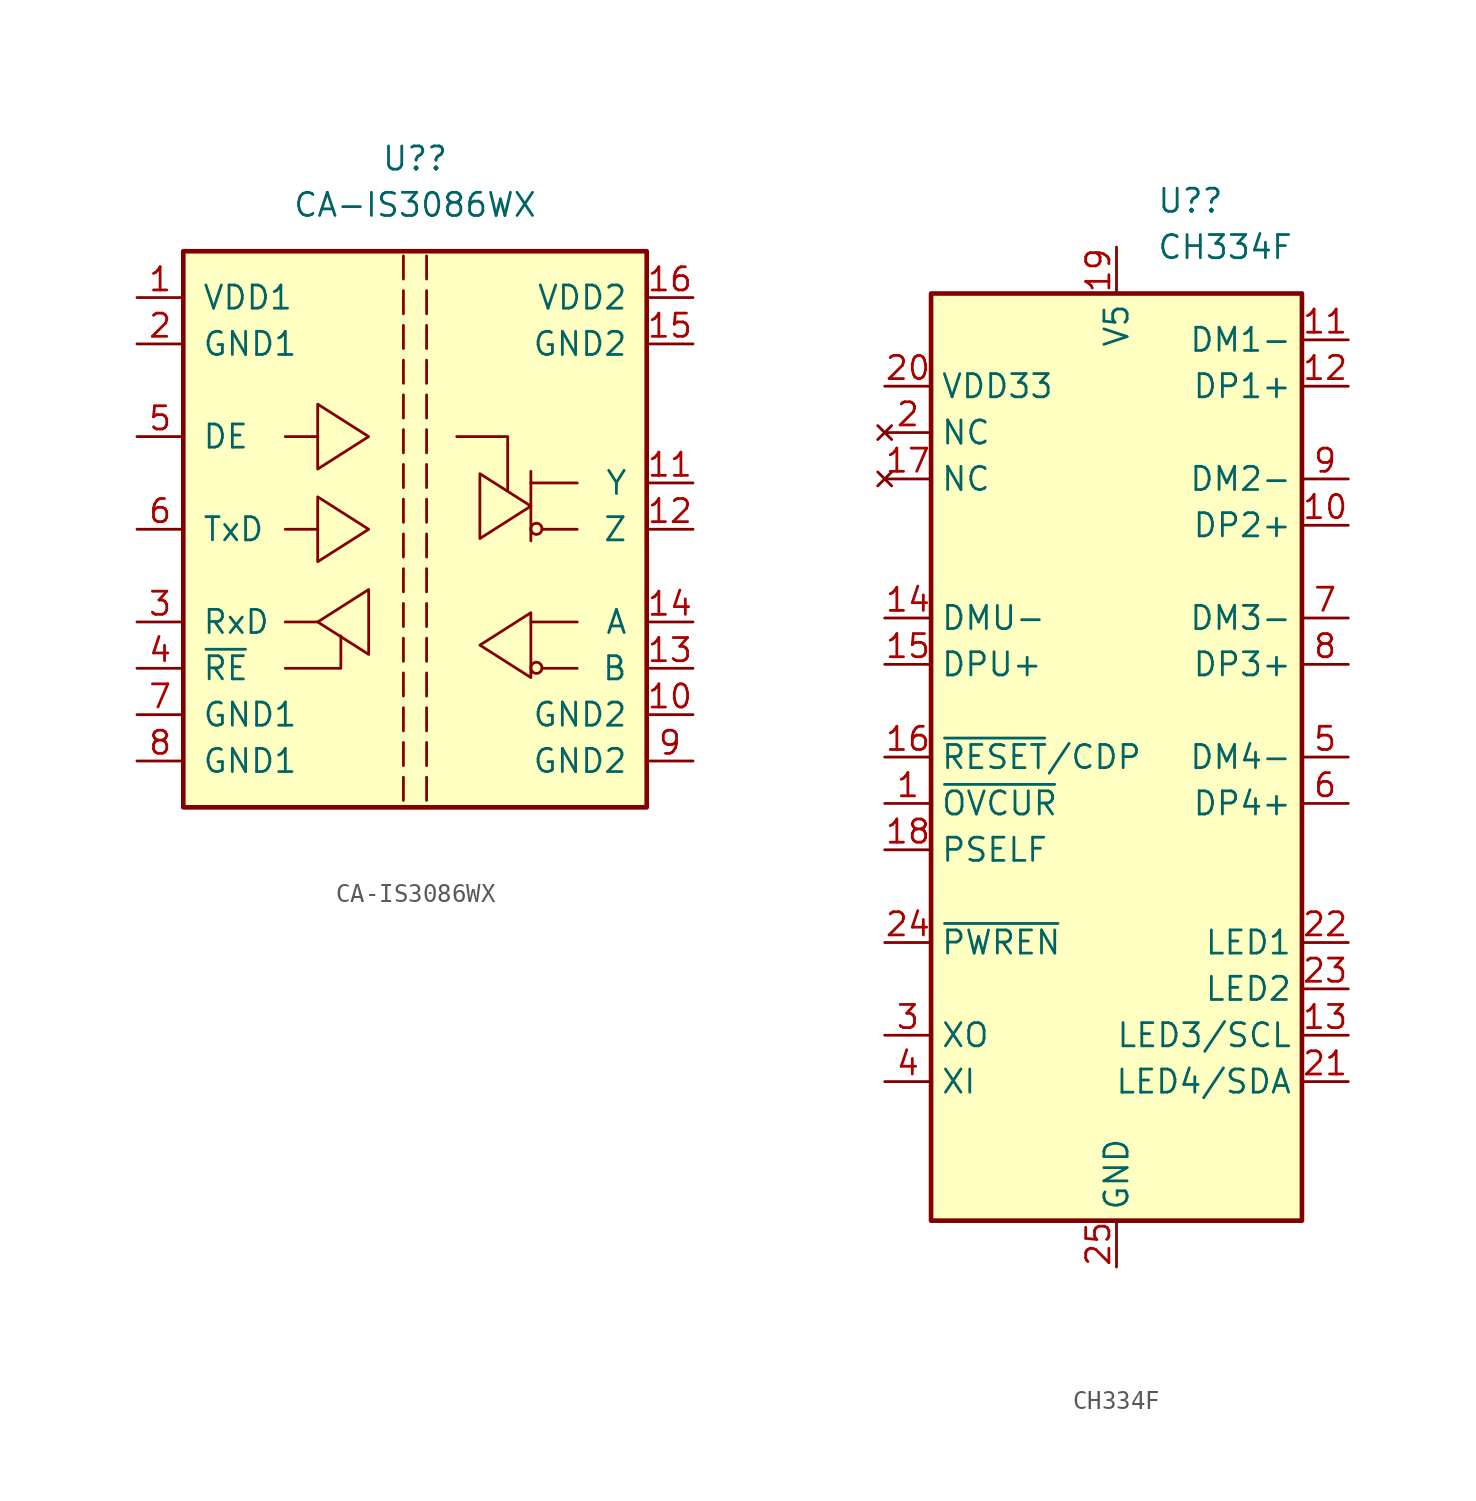
<source format=kicad_sym>
(kicad_symbol_lib
  (version 20231120)
  (generator "kicad_symbol_editor")
  (generator_version "8.0")
  (symbol "CA-IS3086WX"
    (pin_names
      (offset 1.016))
    (property "Reference" "U?"
      (at 0 20.32 0)
      (effects (font (size 1.27 1.27))))
    (property "Value" "CA-IS3086WX"
      (at 0 17.78 0)
      (effects (font (size 1.27 1.27))))
    (symbol "CA-IS3086WX_0_0"
      (polyline (pts (xy -0.635 -13.589) (xy -0.635 -14.859)) (stroke (width 0) (type default)) (fill (type none)))
      (polyline (pts (xy -0.635 -11.684) (xy -0.635 -12.954)) (stroke (width 0) (type default)) (fill (type none)))
      (polyline (pts (xy -0.635 -9.779) (xy -0.635 -11.049)) (stroke (width 0) (type default)) (fill (type none)))
      (polyline (pts (xy -0.635 -7.874) (xy -0.635 -9.144)) (stroke (width 0) (type default)) (fill (type none)))
      (polyline (pts (xy -0.635 -5.969) (xy -0.635 -7.239)) (stroke (width 0) (type default)) (fill (type none)))
      (polyline (pts (xy -0.635 -4.064) (xy -0.635 -5.334)) (stroke (width 0) (type default)) (fill (type none)))
      (polyline (pts (xy -0.635 -2.159) (xy -0.635 -3.429)) (stroke (width 0) (type default)) (fill (type none)))
      (polyline (pts (xy -0.635 -0.254) (xy -0.635 -1.524)) (stroke (width 0) (type default)) (fill (type none)))
      (polyline (pts (xy -0.635 1.651) (xy -0.635 0.381)) (stroke (width 0) (type default)) (fill (type none)))
      (polyline (pts (xy -0.635 3.556) (xy -0.635 2.286)) (stroke (width 0) (type default)) (fill (type none)))
      (polyline (pts (xy -0.635 5.461) (xy -0.635 4.191)) (stroke (width 0) (type default)) (fill (type none)))
      (polyline (pts (xy -0.635 7.366) (xy -0.635 6.096)) (stroke (width 0) (type default)) (fill (type none)))
      (polyline (pts (xy -0.635 9.271) (xy -0.635 8.001)) (stroke (width 0) (type default)) (fill (type none)))
      (polyline (pts (xy -0.635 11.176) (xy -0.635 9.906)) (stroke (width 0) (type default)) (fill (type none)))
      (polyline (pts (xy -0.635 13.081) (xy -0.635 11.811)) (stroke (width 0) (type default)) (fill (type none)))
      (polyline (pts (xy -0.635 14.986) (xy -0.635 13.716)) (stroke (width 0) (type default)) (fill (type none)))
      (polyline (pts (xy 0.635 -13.589) (xy 0.635 -14.859)) (stroke (width 0) (type default)) (fill (type none)))
      (polyline (pts (xy 0.635 -11.684) (xy 0.635 -12.954)) (stroke (width 0) (type default)) (fill (type none)))
      (polyline (pts (xy 0.635 -9.779) (xy 0.635 -11.049)) (stroke (width 0) (type default)) (fill (type none)))
      (polyline (pts (xy 0.635 -7.874) (xy 0.635 -9.144)) (stroke (width 0) (type default)) (fill (type none)))
      (polyline (pts (xy 0.635 -5.969) (xy 0.635 -7.239)) (stroke (width 0) (type default)) (fill (type none)))
      (polyline (pts (xy 0.635 -4.064) (xy 0.635 -5.334)) (stroke (width 0) (type default)) (fill (type none)))
      (polyline (pts (xy 0.635 -2.159) (xy 0.635 -3.429)) (stroke (width 0) (type default)) (fill (type none)))
      (polyline (pts (xy 0.635 -0.254) (xy 0.635 -1.524)) (stroke (width 0) (type default)) (fill (type none)))
      (polyline (pts (xy 0.635 1.651) (xy 0.635 0.381)) (stroke (width 0) (type default)) (fill (type none)))
      (polyline (pts (xy 0.635 3.556) (xy 0.635 2.286)) (stroke (width 0) (type default)) (fill (type none)))
      (polyline (pts (xy 0.635 5.461) (xy 0.635 4.191)) (stroke (width 0) (type default)) (fill (type none)))
      (polyline (pts (xy 0.635 7.366) (xy 0.635 6.096)) (stroke (width 0) (type default)) (fill (type none)))
      (polyline (pts (xy 0.635 9.271) (xy 0.635 8.001)) (stroke (width 0) (type default)) (fill (type none)))
      (polyline (pts (xy 0.635 11.176) (xy 0.635 9.906)) (stroke (width 0) (type default)) (fill (type none)))
      (polyline (pts (xy 0.635 13.081) (xy 0.635 11.811)) (stroke (width 0) (type default)) (fill (type none)))
      (polyline (pts (xy 0.635 14.986) (xy 0.635 13.716)) (stroke (width 0) (type default)) (fill (type none))))
    (symbol "CA-IS3086WX_0_1"
      (rectangle (start -12.7 15.24) (end 12.7 -15.24) (stroke (width 0.254) (type default)) (fill (type background)))
      (polyline (pts (xy -5.334 -5.08) (xy -7.112 -5.08)) (stroke (width 0) (type default)) (fill (type none)))
      (polyline (pts (xy -5.334 0) (xy -7.112 0)) (stroke (width 0) (type default)) (fill (type none)))
      (polyline (pts (xy -5.334 5.08) (xy -7.112 5.08)) (stroke (width 0) (type default)) (fill (type none)))
      (polyline (pts (xy 6.35 -5.08) (xy 8.89 -5.08)) (stroke (width 0) (type default)) (fill (type none)))
      (polyline (pts (xy 6.35 2.54) (xy 8.89 2.54)) (stroke (width 0) (type default)) (fill (type none)))
      (polyline (pts (xy 6.35 3.175) (xy 6.35 -0.635)) (stroke (width 0) (type default)) (fill (type none)))
      (polyline (pts (xy 6.96 -7.62) (xy 8.89 -7.62)) (stroke (width 0) (type default)) (fill (type none)))
      (polyline (pts (xy 6.96 0) (xy 8.89 0)) (stroke (width 0) (type default)) (fill (type none)))
      (polyline (pts (xy -7.112 -7.62) (xy -4.064 -7.62) (xy -4.064 -5.842)) (stroke (width 0) (type default)) (fill (type none)))
      (polyline (pts (xy 2.286 5.08) (xy 5.08 5.08) (xy 5.08 2.159)) (stroke (width 0) (type default)) (fill (type none)))
      (polyline (pts (xy -5.334 -5.08) (xy -2.54 -3.302) (xy -2.54 -6.858) (xy -5.334 -5.08)) (stroke (width 0) (type default)) (fill (type none)))
      (polyline (pts (xy -2.54 0) (xy -5.334 1.778) (xy -5.334 -1.778) (xy -2.54 0)) (stroke (width 0) (type default)) (fill (type none)))
      (polyline (pts (xy -2.54 5.08) (xy -5.334 6.858) (xy -5.334 3.302) (xy -2.54 5.08)) (stroke (width 0) (type default)) (fill (type none)))
      (polyline (pts (xy 3.556 -6.35) (xy 6.35 -4.572) (xy 6.35 -8.128) (xy 3.556 -6.35)) (stroke (width 0) (type default)) (fill (type none)))
      (polyline (pts (xy 6.35 1.27) (xy 3.556 3.048) (xy 3.556 -0.508) (xy 6.35 1.27)) (stroke (width 0) (type default)) (fill (type none)))
      (circle (center 6.655 -7.595) (radius 0.305) (stroke (width 0) (type default)) (fill (type none)))
      (circle (center 6.655 0.025) (radius 0.305) (stroke (width 0) (type default)) (fill (type none))))
    (symbol "CA-IS3086WX_1_1"
      (pin power_in line (at -15.24 12.7 0) (length 2.54) (name "VDD1" (effects (font (size 1.27 1.27)))) (number "1" (effects (font (size 1.27 1.27)))))
      (pin power_in line (at 15.24 -10.16 180) (length 2.54) (name "GND2" (effects (font (size 1.27 1.27)))) (number "10" (effects (font (size 1.27 1.27)))))
      (pin bidirectional line (at 15.24 2.54 180) (length 2.54) (name "Y" (effects (font (size 1.27 1.27)))) (number "11" (effects (font (size 1.27 1.27)))))
      (pin bidirectional line (at 15.24 0 180) (length 2.54) (name "Z" (effects (font (size 1.27 1.27)))) (number "12" (effects (font (size 1.27 1.27)))))
      (pin bidirectional line (at 15.24 -7.62 180) (length 2.54) (name "B" (effects (font (size 1.27 1.27)))) (number "13" (effects (font (size 1.27 1.27)))))
      (pin bidirectional line (at 15.24 -5.08 180) (length 2.54) (name "A" (effects (font (size 1.27 1.27)))) (number "14" (effects (font (size 1.27 1.27)))))
      (pin power_in line (at 15.24 10.16 180) (length 2.54) (name "GND2" (effects (font (size 1.27 1.27)))) (number "15" (effects (font (size 1.27 1.27)))))
      (pin power_in line (at 15.24 12.7 180) (length 2.54) (name "VDD2" (effects (font (size 1.27 1.27)))) (number "16" (effects (font (size 1.27 1.27)))))
      (pin power_in line (at -15.24 10.16 0) (length 2.54) (name "GND1" (effects (font (size 1.27 1.27)))) (number "2" (effects (font (size 1.27 1.27)))))
      (pin output line (at -15.24 -5.08 0) (length 2.54) (name "RxD" (effects (font (size 1.27 1.27)))) (number "3" (effects (font (size 1.27 1.27)))))
      (pin input line (at -15.24 -7.62 0) (length 2.54) (name "~{RE}" (effects (font (size 1.27 1.27)))) (number "4" (effects (font (size 1.27 1.27)))))
      (pin input line (at -15.24 5.08 0) (length 2.54) (name "DE" (effects (font (size 1.27 1.27)))) (number "5" (effects (font (size 1.27 1.27)))))
      (pin input line (at -15.24 0 0) (length 2.54) (name "TxD" (effects (font (size 1.27 1.27)))) (number "6" (effects (font (size 1.27 1.27)))))
      (pin power_in line (at -15.24 -10.16 0) (length 2.54) (name "GND1" (effects (font (size 1.27 1.27)))) (number "7" (effects (font (size 1.27 1.27)))))
      (pin power_in line (at -15.24 -12.7 0) (length 2.54) (name "GND1" (effects (font (size 1.27 1.27)))) (number "8" (effects (font (size 1.27 1.27)))))
      (pin power_in line (at 15.24 -12.7 180) (length 2.54) (name "GND2" (effects (font (size 1.27 1.27)))) (number "9" (effects (font (size 1.27 1.27)))))))
  (symbol "CH334F"
    (property "Reference" "U?"
      (at 2.194 30.48 0)
      (effects (font (size 1.27 1.27)) (justify left)))
    (property "Value" "CH334F"
      (at 2.194 27.94 0)
      (effects (font (size 1.27 1.27)) (justify left)))
    (symbol "CH334F_0_1"
      (rectangle (start -10.16 25.4) (end 10.16 -25.4) (stroke (width 0.254) (type default)) (fill (type background))))
    (symbol "CH334F_1_0"
      (pin input line (at -12.7 -2.54 0) (length 2.54) (name "~{OVCUR}" (effects (font (size 1.27 1.27)))) (number "1" (effects (font (size 1.27 1.27)))))
      (pin bidirectional line (at 12.7 -15.24 180) (length 2.54) (name "LED3/SCL" (effects (font (size 1.27 1.27)))) (number "13" (effects (font (size 1.27 1.27)))))
      (pin no_connect line (at -12.7 15.24 0) (length 2.54) (name "NC" (effects (font (size 1.27 1.27)))) (number "17" (effects (font (size 1.27 1.27)))))
      (pin input line (at -12.7 -5.08 0) (length 2.54) (name "PSELF" (effects (font (size 1.27 1.27)))) (number "18" (effects (font (size 1.27 1.27)))))
      (pin no_connect line (at -12.7 17.78 0) (length 2.54) (name "NC" (effects (font (size 1.27 1.27)))) (number "2" (effects (font (size 1.27 1.27)))))
      (pin bidirectional line (at 12.7 -17.78 180) (length 2.54) (name "LED4/SDA" (effects (font (size 1.27 1.27)))) (number "21" (effects (font (size 1.27 1.27)))))
      (pin bidirectional line (at 12.7 -10.16 180) (length 2.54) (name "LED1" (effects (font (size 1.27 1.27)))) (number "22" (effects (font (size 1.27 1.27)))))
      (pin bidirectional line (at 12.7 -12.7 180) (length 2.54) (name "LED2" (effects (font (size 1.27 1.27)))) (number "23" (effects (font (size 1.27 1.27)))))
      (pin output line (at -12.7 -10.16 0) (length 2.54) (name "~{PWREN}" (effects (font (size 1.27 1.27)))) (number "24" (effects (font (size 1.27 1.27))))))
    (symbol "CH334F_1_1"
      (pin bidirectional line (at 12.7 12.7 180) (length 2.54) (name "DP2+" (effects (font (size 1.27 1.27)))) (number "10" (effects (font (size 1.27 1.27)))))
      (pin bidirectional line (at 12.7 22.86 180) (length 2.54) (name "DM1-" (effects (font (size 1.27 1.27)))) (number "11" (effects (font (size 1.27 1.27)))))
      (pin bidirectional line (at 12.7 20.32 180) (length 2.54) (name "DP1+" (effects (font (size 1.27 1.27)))) (number "12" (effects (font (size 1.27 1.27)))))
      (pin bidirectional line (at -12.7 7.62 0) (length 2.54) (name "DMU-" (effects (font (size 1.27 1.27)))) (number "14" (effects (font (size 1.27 1.27)))))
      (pin bidirectional line (at -12.7 5.08 0) (length 2.54) (name "DPU+" (effects (font (size 1.27 1.27)))) (number "15" (effects (font (size 1.27 1.27)))))
      (pin input line (at -12.7 0 0) (length 2.54) (name "~{RESET}/CDP" (effects (font (size 1.27 1.27)))) (number "16" (effects (font (size 1.27 1.27)))))
      (pin power_in line (at 0 27.94 270) (length 2.54) (name "V5" (effects (font (size 1.27 1.27)))) (number "19" (effects (font (size 1.27 1.27)))))
      (pin passive line (at -12.7 20.32 0) (length 2.54) (name "VDD33" (effects (font (size 1.27 1.27)))) (number "20" (effects (font (size 1.27 1.27)))))
      (pin power_in line (at 0 -27.94 90) (length 2.54) (name "GND" (effects (font (size 1.27 1.27)))) (number "25" (effects (font (size 1.27 1.27)))))
      (pin passive line (at -12.7 -15.24 0) (length 2.54) (name "XO" (effects (font (size 1.27 1.27)))) (number "3" (effects (font (size 1.27 1.27)))))
      (pin passive line (at -12.7 -17.78 0) (length 2.54) (name "XI" (effects (font (size 1.27 1.27)))) (number "4" (effects (font (size 1.27 1.27)))))
      (pin bidirectional line (at 12.7 0 180) (length 2.54) (name "DM4-" (effects (font (size 1.27 1.27)))) (number "5" (effects (font (size 1.27 1.27)))))
      (pin bidirectional line (at 12.7 -2.54 180) (length 2.54) (name "DP4+" (effects (font (size 1.27 1.27)))) (number "6" (effects (font (size 1.27 1.27)))))
      (pin bidirectional line (at 12.7 7.62 180) (length 2.54) (name "DM3-" (effects (font (size 1.27 1.27)))) (number "7" (effects (font (size 1.27 1.27)))))
      (pin bidirectional line (at 12.7 5.08 180) (length 2.54) (name "DP3+" (effects (font (size 1.27 1.27)))) (number "8" (effects (font (size 1.27 1.27)))))
      (pin bidirectional line (at 12.7 15.24 180) (length 2.54) (name "DM2-" (effects (font (size 1.27 1.27)))) (number "9" (effects (font (size 1.27 1.27))))))))
</source>
